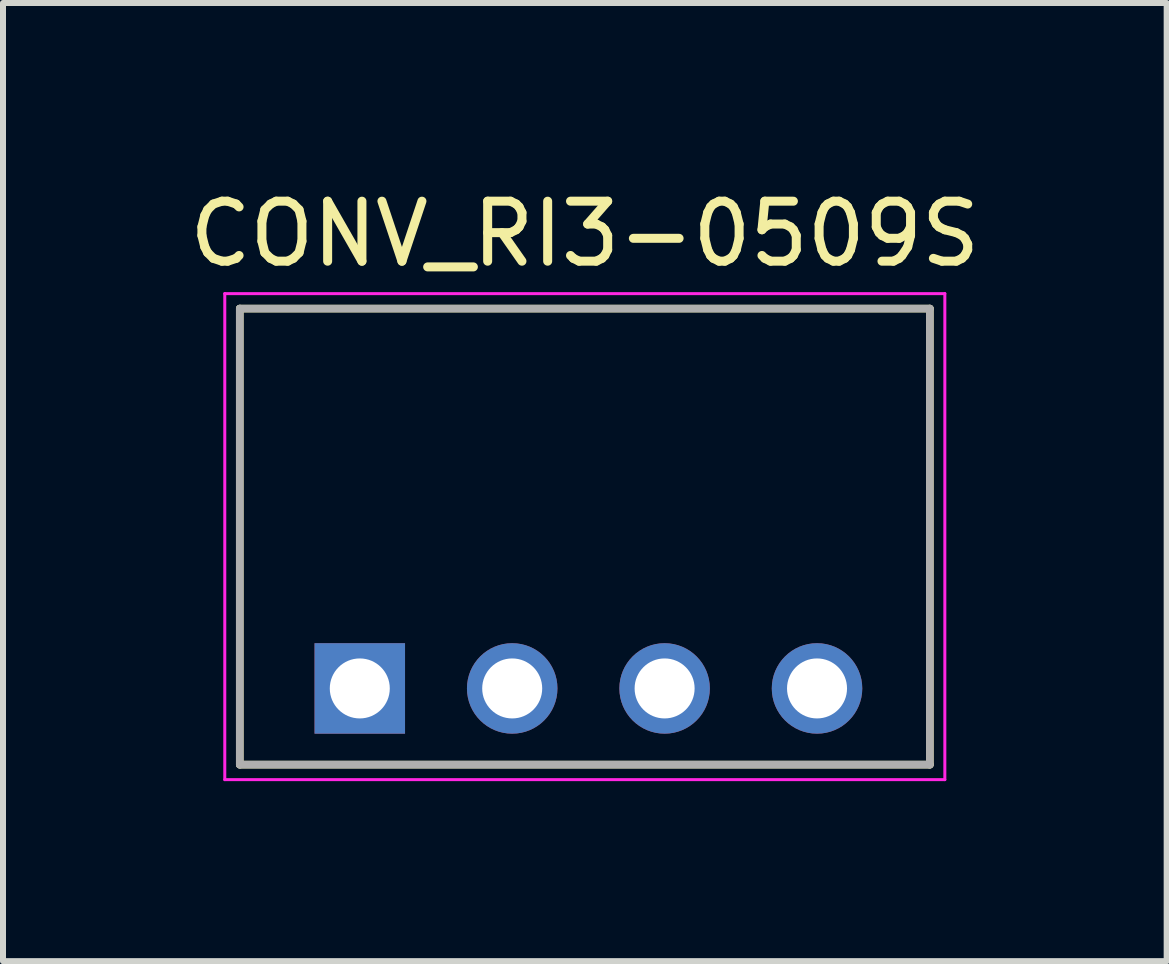
<source format=kicad_pcb>
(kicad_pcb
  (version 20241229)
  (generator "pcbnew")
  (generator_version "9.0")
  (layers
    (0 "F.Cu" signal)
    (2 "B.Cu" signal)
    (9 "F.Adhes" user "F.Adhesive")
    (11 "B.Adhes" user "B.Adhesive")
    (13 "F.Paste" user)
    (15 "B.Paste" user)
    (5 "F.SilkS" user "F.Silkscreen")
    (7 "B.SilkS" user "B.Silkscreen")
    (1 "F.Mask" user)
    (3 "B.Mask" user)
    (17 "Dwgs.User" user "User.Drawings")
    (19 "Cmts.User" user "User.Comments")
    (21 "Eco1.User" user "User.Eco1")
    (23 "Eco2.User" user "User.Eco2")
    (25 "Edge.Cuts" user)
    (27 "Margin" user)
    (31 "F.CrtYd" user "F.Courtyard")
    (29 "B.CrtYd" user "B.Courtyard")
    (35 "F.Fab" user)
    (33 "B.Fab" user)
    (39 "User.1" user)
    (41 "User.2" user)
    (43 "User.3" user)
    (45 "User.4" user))
  (footprint "CONV_RI3-0509S"
    (layer "F.Cu")
    (at 6.696 5.893)
    (property "Reference" "CONV_RI3-0509S" (at 0 -5.045 0) (layer "F.SilkS") (effects (font (size 1 1) (thickness 0.15))))
    (attr through_hole)
    (fp_line (start -5.75 -3.8) (end -5.75 3.8) (stroke (width 0.127) (type solid)) (layer "F.SilkS"))
    (fp_line (start -5.75 3.8) (end 5.75 3.8) (stroke (width 0.127) (type solid)) (layer "F.SilkS"))
    (fp_line (start 5.75 -3.8) (end -5.75 -3.8) (stroke (width 0.127) (type solid)) (layer "F.SilkS"))
    (fp_line (start 5.75 3.8) (end 5.75 -3.8) (stroke (width 0.127) (type solid)) (layer "F.SilkS"))
    (fp_line (start -6 -4.05) (end -6 4.05) (stroke (width 0.05) (type solid)) (layer "F.CrtYd"))
    (fp_line (start -6 4.05) (end 6 4.05) (stroke (width 0.05) (type solid)) (layer "F.CrtYd"))
    (fp_line (start 6 -4.05) (end -6 -4.05) (stroke (width 0.05) (type solid)) (layer "F.CrtYd"))
    (fp_line (start 6 4.05) (end 6 -4.05) (stroke (width 0.05) (type solid)) (layer "F.CrtYd"))
    (fp_line (start -5.75 -3.8) (end -5.75 3.8) (stroke (width 0.127) (type solid)) (layer "F.Fab"))
    (fp_line (start -5.75 3.8) (end 5.75 3.8) (stroke (width 0.127) (type solid)) (layer "F.Fab"))
    (fp_line (start 5.75 -3.8) (end -5.75 -3.8) (stroke (width 0.127) (type solid)) (layer "F.Fab"))
    (fp_line (start 5.75 3.8) (end 5.75 -3.8) (stroke (width 0.127) (type solid)) (layer "F.Fab"))
    (pad "1" thru_hole rect (at -3.75 2.53) (size 1.508 1.508) (drill 1) (layers "*.Cu" "*.Mask"))
    (pad "2" thru_hole circle (at -1.21 2.53) (size 1.508 1.508) (drill 1) (layers "*.Cu" "*.Mask"))
    (pad "3" thru_hole circle (at 1.33 2.53) (size 1.508 1.508) (drill 1) (layers "*.Cu" "*.Mask"))
    (pad "4" thru_hole circle (at 3.87 2.53) (size 1.508 1.508) (drill 1) (layers "*.Cu" "*.Mask")))
  (gr_rect
    (start -3 -3)
    (end 16.393 12.968)
    (stroke (width 0.1) (type default))
    (fill no)
    (layer "Edge.Cuts")))
</source>
